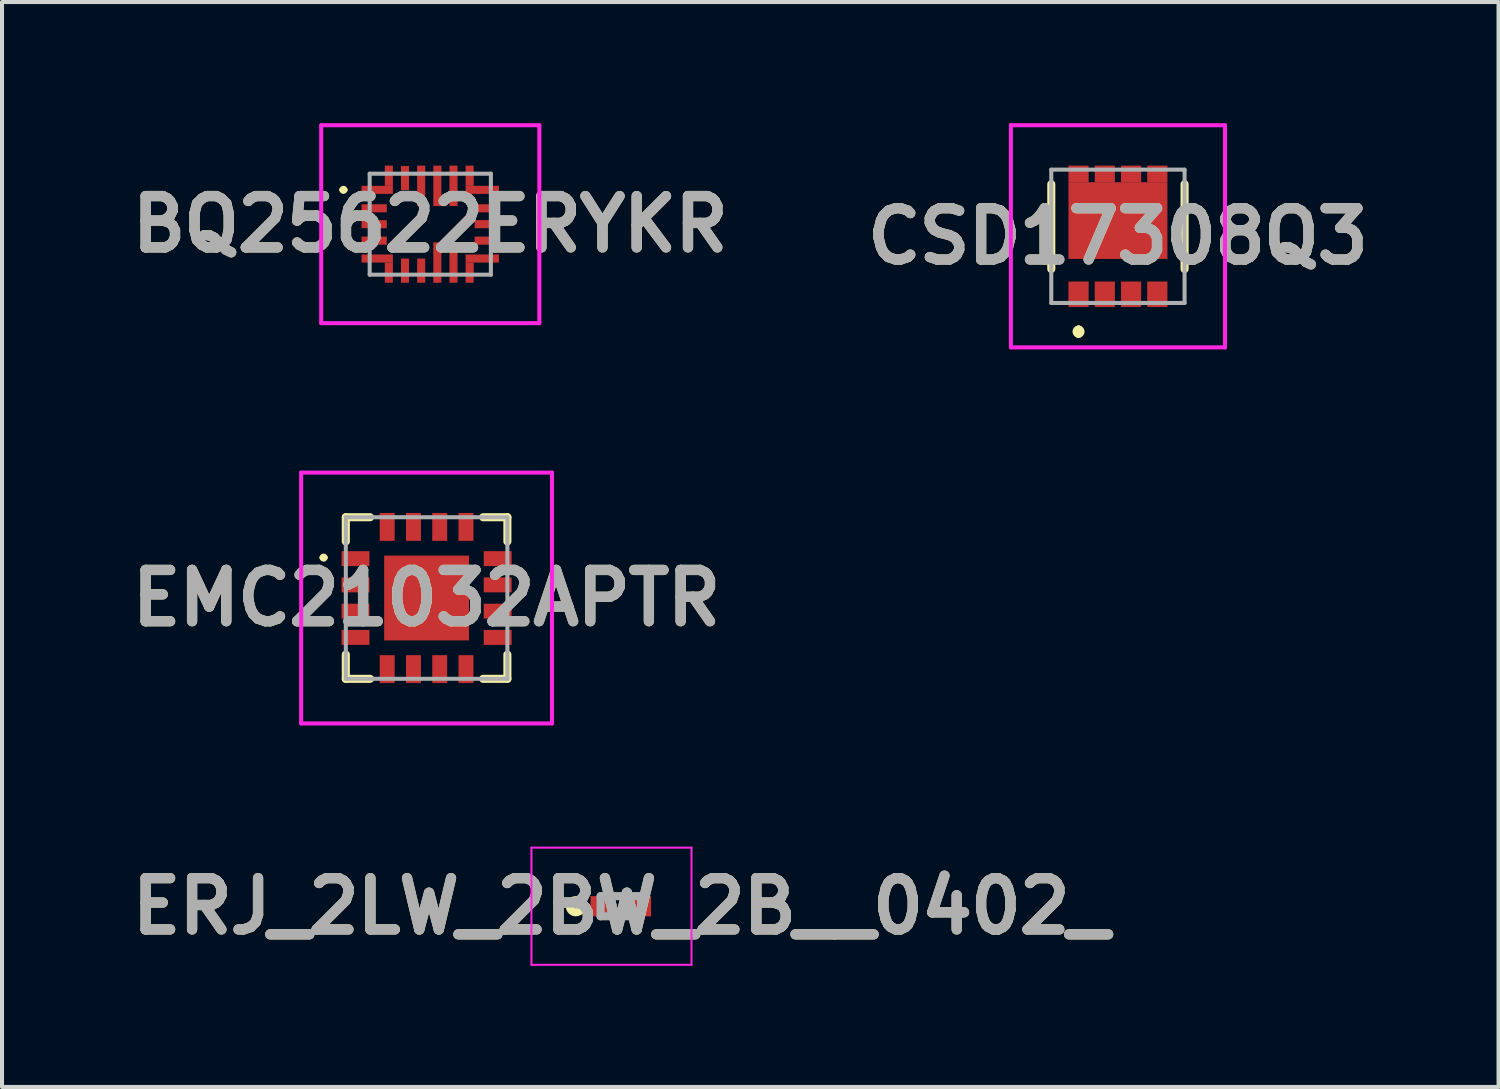
<source format=kicad_pcb>
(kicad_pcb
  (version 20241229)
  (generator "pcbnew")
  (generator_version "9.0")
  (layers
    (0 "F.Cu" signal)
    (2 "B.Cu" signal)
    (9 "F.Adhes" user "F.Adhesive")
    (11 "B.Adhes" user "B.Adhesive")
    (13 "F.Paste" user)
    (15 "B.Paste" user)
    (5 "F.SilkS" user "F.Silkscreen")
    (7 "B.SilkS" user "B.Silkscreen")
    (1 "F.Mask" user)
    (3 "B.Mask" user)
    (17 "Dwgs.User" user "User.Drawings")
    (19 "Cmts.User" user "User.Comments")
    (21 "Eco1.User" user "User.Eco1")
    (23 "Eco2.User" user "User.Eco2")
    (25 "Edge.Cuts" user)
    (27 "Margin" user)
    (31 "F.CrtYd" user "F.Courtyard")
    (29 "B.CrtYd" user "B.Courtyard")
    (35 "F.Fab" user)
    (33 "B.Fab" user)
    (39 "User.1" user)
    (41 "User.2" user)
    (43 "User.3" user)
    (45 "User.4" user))
  (footprint "BQ25622ERYKR"
    (layer "F.Cu")
    (at 7.602 2.5)
    (property "Reference" "BQ25622ERYKR" (at 0 0 0) (layer "F.SilkS") (effects (font (size 1.27 1.27) (thickness 0.254))))
    (attr smd)
    (fp_line (start -2.2 -0.85) (end -2.2 -0.85) (stroke (width 0.1) (type solid)) (layer "F.SilkS"))
    (fp_line (start -2.1 -0.85) (end -2.1 -0.85) (stroke (width 0.1) (type solid)) (layer "F.SilkS"))
    (fp_arc (start -2.2 -0.85) (mid -2.15 -0.9) (end -2.1 -0.85) (stroke (width 0.1) (type solid)) (layer "F.SilkS"))
    (fp_arc (start -2.1 -0.85) (mid -2.15 -0.8) (end -2.2 -0.85) (stroke (width 0.1) (type solid)) (layer "F.SilkS"))
    (fp_line (start -2.7 -2.45) (end 2.7 -2.45) (stroke (width 0.1) (type solid)) (layer "F.CrtYd"))
    (fp_line (start -2.7 2.45) (end -2.7 -2.45) (stroke (width 0.1) (type solid)) (layer "F.CrtYd"))
    (fp_line (start 2.7 -2.45) (end 2.7 2.45) (stroke (width 0.1) (type solid)) (layer "F.CrtYd"))
    (fp_line (start 2.7 2.45) (end -2.7 2.45) (stroke (width 0.1) (type solid)) (layer "F.CrtYd"))
    (fp_line (start -1.5 -1.25) (end 1.5 -1.25) (stroke (width 0.1) (type solid)) (layer "F.Fab"))
    (fp_line (start -1.5 1.25) (end -1.5 -1.25) (stroke (width 0.1) (type solid)) (layer "F.Fab"))
    (fp_line (start 1.5 -1.25) (end 1.5 1.25) (stroke (width 0.1) (type solid)) (layer "F.Fab"))
    (fp_line (start 1.5 1.25) (end -1.5 1.25) (stroke (width 0.1) (type solid)) (layer "F.Fab"))
    (fp_text user "${REFERENCE}" (at 0 0 0) (layer "F.Fab") (effects (font (size 1.27 1.27) (thickness 0.254))))
    (pad "1" smd rect (at -1.313 -0.85 90) (size 0.2 0.775) (layers "F.Cu" "F.Mask" "F.Paste"))
    (pad "2" smd rect (at -1.388 -0.393 90) (size 0.2 0.625) (layers "F.Cu" "F.Mask" "F.Paste"))
    (pad "3" smd rect (at -1.388 0 90) (size 0.2 0.625) (layers "F.Cu" "F.Mask" "F.Paste"))
    (pad "4" smd rect (at -1.388 0.407 90) (size 0.2 0.625) (layers "F.Cu" "F.Mask" "F.Paste"))
    (pad "5" smd rect (at -1.313 0.85 90) (size 0.2 0.775) (layers "F.Cu" "F.Mask" "F.Paste"))
    (pad "6" smd rect (at -0.625 1.15) (size 0.2 0.6) (layers "F.Cu" "F.Mask" "F.Paste"))
    (pad "7" smd rect (at -0.225 1.15) (size 0.2 0.6) (layers "F.Cu" "F.Mask" "F.Paste"))
    (pad "8" smd rect (at 0.175 0.95) (size 0.2 1) (layers "F.Cu" "F.Mask" "F.Paste"))
    (pad "9" smd rect (at 0.575 0.95) (size 0.2 1) (layers "F.Cu" "F.Mask" "F.Paste"))
    (pad "10" smd rect (at 1.288 0.85 90) (size 0.2 0.825) (layers "F.Cu" "F.Mask" "F.Paste"))
    (pad "11" smd rect (at 1.4 0.407 90) (size 0.2 0.6) (layers "F.Cu" "F.Mask" "F.Paste"))
    (pad "12" smd rect (at 1.4 0 90) (size 0.2 0.6) (layers "F.Cu" "F.Mask" "F.Paste"))
    (pad "13" smd rect (at 1.4 -0.393 90) (size 0.2 0.6) (layers "F.Cu" "F.Mask" "F.Paste"))
    (pad "14" smd rect (at 1.288 -0.85 90) (size 0.2 0.825) (layers "F.Cu" "F.Mask" "F.Paste"))
    (pad "15" smd rect (at 0.575 -0.95) (size 0.2 1) (layers "F.Cu" "F.Mask" "F.Paste"))
    (pad "16" smd rect (at 0.175 -0.95) (size 0.2 1) (layers "F.Cu" "F.Mask" "F.Paste"))
    (pad "17" smd rect (at -0.225 -0.95) (size 0.2 1) (layers "F.Cu" "F.Mask" "F.Paste"))
    (pad "18" smd rect (at -0.625 -1.141) (size 0.2 0.6) (layers "F.Cu" "F.Mask" "F.Paste"))
    (pad "19" smd rect (at -1.025 -1.2) (size 0.2 0.5) (layers "F.Cu" "F.Mask" "F.Paste"))
    (pad "20" smd rect (at -1.025 1.2) (size 0.2 0.5) (layers "F.Cu" "F.Mask" "F.Paste"))
    (pad "21" smd rect (at 0.975 1.2) (size 0.2 0.5) (layers "F.Cu" "F.Mask" "F.Paste"))
    (pad "22" smd rect (at 0.975 -1.2) (size 0.2 0.5) (layers "F.Cu" "F.Mask" "F.Paste")))
  (footprint "ERJ_2LW_2BW_2B__0402_"
    (layer "F.Cu")
    (at 12.319 19.385)
    (property "Reference" "ERJ_2LW_2BW_2B__0402_" (at 0 0 0) (layer "F.SilkS") (effects (font (size 1.27 1.27) (thickness 0.254))))
    (attr smd)
    (fp_circle (center -1.113 0) (end -1.113 0.05) (stroke (width 0.2) (type solid)) (fill no) (layer "F.SilkS"))
    (fp_line (start -2.212 -1.45) (end 1.75 -1.45) (stroke (width 0.05) (type solid)) (layer "F.CrtYd"))
    (fp_line (start -2.212 1.45) (end -2.212 -1.45) (stroke (width 0.05) (type solid)) (layer "F.CrtYd"))
    (fp_line (start 1.75 -1.45) (end 1.75 1.45) (stroke (width 0.05) (type solid)) (layer "F.CrtYd"))
    (fp_line (start 1.75 1.45) (end -2.212 1.45) (stroke (width 0.05) (type solid)) (layer "F.CrtYd"))
    (fp_line (start -0.5 -0.25) (end 0.5 -0.25) (stroke (width 0.2) (type solid)) (layer "F.Fab"))
    (fp_line (start -0.5 0.25) (end -0.5 -0.25) (stroke (width 0.2) (type solid)) (layer "F.Fab"))
    (fp_line (start 0.5 -0.25) (end 0.5 0.25) (stroke (width 0.2) (type solid)) (layer "F.Fab"))
    (fp_line (start 0.5 0.25) (end -0.5 0.25) (stroke (width 0.2) (type solid)) (layer "F.Fab"))
    (fp_text user "${REFERENCE}" (at 0 0 0) (layer "F.Fab") (effects (font (size 1.27 1.27) (thickness 0.254))))
    (pad "1" smd rect (at -0.512 0) (size 0.475 0.5) (layers "F.Cu" "F.Mask" "F.Paste"))
    (pad "2" smd rect (at 0.512 0) (size 0.475 0.5) (layers "F.Cu" "F.Mask" "F.Paste")))
  (footprint "EMC21032APTR"
    (layer "F.Cu")
    (at 7.511 11.755)
    (property "Reference" "EMC21032APTR" (at 0 0 0) (layer "F.SilkS") (effects (font (size 1.27 1.27) (thickness 0.254))))
    (attr smd)
    (fp_line (start -2.6 -1) (end -2.6 -1) (stroke (width 0.1) (type solid)) (layer "F.SilkS"))
    (fp_line (start -2.5 -1) (end -2.5 -1) (stroke (width 0.1) (type solid)) (layer "F.SilkS"))
    (fp_line (start -2 -2) (end -2 -1.4) (stroke (width 0.2) (type solid)) (layer "F.SilkS"))
    (fp_line (start -2 1.4) (end -2 2) (stroke (width 0.2) (type solid)) (layer "F.SilkS"))
    (fp_line (start -2 2) (end -1.4 2) (stroke (width 0.2) (type solid)) (layer "F.SilkS"))
    (fp_line (start -1.4 -2) (end -2 -2) (stroke (width 0.2) (type solid)) (layer "F.SilkS"))
    (fp_line (start 1.4 -2) (end 2 -2) (stroke (width 0.2) (type solid)) (layer "F.SilkS"))
    (fp_line (start 1.4 2) (end 2 2) (stroke (width 0.2) (type solid)) (layer "F.SilkS"))
    (fp_line (start 2 -2) (end 2 -1.4) (stroke (width 0.2) (type solid)) (layer "F.SilkS"))
    (fp_line (start 2 2) (end 2 1.4) (stroke (width 0.2) (type solid)) (layer "F.SilkS"))
    (fp_arc (start -2.6 -1) (mid -2.55 -1.05) (end -2.5 -1) (stroke (width 0.1) (type solid)) (layer "F.SilkS"))
    (fp_arc (start -2.5 -1) (mid -2.55 -0.95) (end -2.6 -1) (stroke (width 0.1) (type solid)) (layer "F.SilkS"))
    (fp_line (start -3.105 -3.105) (end 3.105 -3.105) (stroke (width 0.1) (type solid)) (layer "F.CrtYd"))
    (fp_line (start -3.105 3.105) (end -3.105 -3.105) (stroke (width 0.1) (type solid)) (layer "F.CrtYd"))
    (fp_line (start 3.105 -3.105) (end 3.105 3.105) (stroke (width 0.1) (type solid)) (layer "F.CrtYd"))
    (fp_line (start 3.105 3.105) (end -3.105 3.105) (stroke (width 0.1) (type solid)) (layer "F.CrtYd"))
    (fp_line (start -2 -2) (end 2 -2) (stroke (width 0.1) (type solid)) (layer "F.Fab"))
    (fp_line (start -2 2) (end -2 -2) (stroke (width 0.1) (type solid)) (layer "F.Fab"))
    (fp_line (start 2 -2) (end 2 2) (stroke (width 0.1) (type solid)) (layer "F.Fab"))
    (fp_line (start 2 2) (end -2 2) (stroke (width 0.1) (type solid)) (layer "F.Fab"))
    (fp_text user "${REFERENCE}" (at 0 0 0) (layer "F.Fab") (effects (font (size 1.27 1.27) (thickness 0.254))))
    (pad "1" smd rect (at -1.76 -0.975 90) (size 0.37 0.69) (layers "F.Cu" "F.Mask" "F.Paste"))
    (pad "2" smd rect (at -1.76 -0.325 90) (size 0.37 0.69) (layers "F.Cu" "F.Mask" "F.Paste"))
    (pad "3" smd rect (at -1.76 0.325 90) (size 0.37 0.69) (layers "F.Cu" "F.Mask" "F.Paste"))
    (pad "4" smd rect (at -1.76 0.975 90) (size 0.37 0.69) (layers "F.Cu" "F.Mask" "F.Paste"))
    (pad "5" smd rect (at -0.975 1.76) (size 0.37 0.69) (layers "F.Cu" "F.Mask" "F.Paste"))
    (pad "6" smd rect (at -0.325 1.76) (size 0.37 0.69) (layers "F.Cu" "F.Mask" "F.Paste"))
    (pad "7" smd rect (at 0.325 1.76) (size 0.37 0.69) (layers "F.Cu" "F.Mask" "F.Paste"))
    (pad "8" smd rect (at 0.975 1.76) (size 0.37 0.69) (layers "F.Cu" "F.Mask" "F.Paste"))
    (pad "9" smd rect (at 1.76 0.975 90) (size 0.37 0.69) (layers "F.Cu" "F.Mask" "F.Paste"))
    (pad "10" smd rect (at 1.76 0.325 90) (size 0.37 0.69) (layers "F.Cu" "F.Mask" "F.Paste"))
    (pad "11" smd rect (at 1.76 -0.325 90) (size 0.37 0.69) (layers "F.Cu" "F.Mask" "F.Paste"))
    (pad "12" smd rect (at 1.76 -0.975 90) (size 0.37 0.69) (layers "F.Cu" "F.Mask" "F.Paste"))
    (pad "13" smd rect (at 0.975 -1.76) (size 0.37 0.69) (layers "F.Cu" "F.Mask" "F.Paste"))
    (pad "14" smd rect (at 0.325 -1.76) (size 0.37 0.69) (layers "F.Cu" "F.Mask" "F.Paste"))
    (pad "15" smd rect (at -0.325 -1.76) (size 0.37 0.69) (layers "F.Cu" "F.Mask" "F.Paste"))
    (pad "16" smd rect (at -0.975 -1.76) (size 0.37 0.69) (layers "F.Cu" "F.Mask" "F.Paste"))
    (pad "17" smd rect (at 0 0) (size 2.1 2.1) (layers "F.Cu" "F.Mask" "F.Paste")))
  (footprint "CSD17308Q3"
    (layer "F.Cu")
    (at 24.626 2.8)
    (property "Reference" "CSD17308Q3" (at 0 0 0) (layer "F.SilkS") (effects (font (size 1.27 1.27) (thickness 0.254))))
    (attr smd)
    (fp_line (start -1.65 -1.29) (end -1.65 0.81) (stroke (width 0.2) (type solid)) (layer "F.SilkS"))
    (fp_line (start -0.975 2.31) (end -0.975 2.31) (stroke (width 0.2) (type solid)) (layer "F.SilkS"))
    (fp_line (start -0.975 2.31) (end -0.975 2.41) (stroke (width 0.2) (type solid)) (layer "F.SilkS"))
    (fp_line (start -0.975 2.41) (end -0.975 2.41) (stroke (width 0.2) (type solid)) (layer "F.SilkS"))
    (fp_line (start 1.65 0.81) (end 1.65 -1.29) (stroke (width 0.2) (type solid)) (layer "F.SilkS"))
    (fp_arc (start -0.975 2.31) (mid -0.925 2.36) (end -0.975 2.41) (stroke (width 0.2) (type solid)) (layer "F.SilkS"))
    (fp_arc (start -0.975 2.41) (mid -1.025 2.36) (end -0.975 2.31) (stroke (width 0.2) (type solid)) (layer "F.SilkS"))
    (fp_line (start -2.65 -2.75) (end 2.65 -2.75) (stroke (width 0.1) (type solid)) (layer "F.CrtYd"))
    (fp_line (start -2.65 2.75) (end -2.65 -2.75) (stroke (width 0.1) (type solid)) (layer "F.CrtYd"))
    (fp_line (start 2.65 -2.75) (end 2.65 2.75) (stroke (width 0.1) (type solid)) (layer "F.CrtYd"))
    (fp_line (start 2.65 2.75) (end -2.65 2.75) (stroke (width 0.1) (type solid)) (layer "F.CrtYd"))
    (fp_line (start -1.65 -1.65) (end -1.65 1.65) (stroke (width 0.1) (type solid)) (layer "F.Fab"))
    (fp_line (start -1.65 1.65) (end 1.65 1.65) (stroke (width 0.1) (type solid)) (layer "F.Fab"))
    (fp_line (start 1.65 -1.65) (end -1.65 -1.65) (stroke (width 0.1) (type solid)) (layer "F.Fab"))
    (fp_line (start 1.65 1.65) (end 1.65 -1.65) (stroke (width 0.1) (type solid)) (layer "F.Fab"))
    (fp_text user "${REFERENCE}" (at 0 0 0) (layer "F.Fab") (effects (font (size 1.27 1.27) (thickness 0.254))))
    (pad "1" smd rect (at -0.975 1.435) (size 0.5 0.63) (layers "F.Cu" "F.Mask" "F.Paste"))
    (pad "2" smd rect (at -0.325 1.435) (size 0.5 0.63) (layers "F.Cu" "F.Mask" "F.Paste"))
    (pad "3" smd rect (at 0.325 1.435) (size 0.5 0.63) (layers "F.Cu" "F.Mask" "F.Paste"))
    (pad "4" smd rect (at 0.975 1.435) (size 0.5 0.63) (layers "F.Cu" "F.Mask" "F.Paste"))
    (pad "5" smd rect (at 0.975 -1.545 90) (size 0.41 0.5) (layers "F.Cu" "F.Mask" "F.Paste"))
    (pad "6" smd rect (at 0.325 -1.545 90) (size 0.41 0.5) (layers "F.Cu" "F.Mask" "F.Paste"))
    (pad "7" smd rect (at -0.325 -1.545 90) (size 0.41 0.5) (layers "F.Cu" "F.Mask" "F.Paste"))
    (pad "8" smd rect (at -0.975 -1.545 90) (size 0.41 0.5) (layers "F.Cu" "F.Mask" "F.Paste"))
    (pad "9" smd rect (at 0 -0.39 90) (size 1.9 2.45) (layers "F.Cu" "F.Mask" "F.Paste")))
  (gr_rect
    (start -3 -3)
    (end 34.049 23.86)
    (stroke (width 0.1) (type default))
    (fill no)
    (layer "Edge.Cuts")))
</source>
